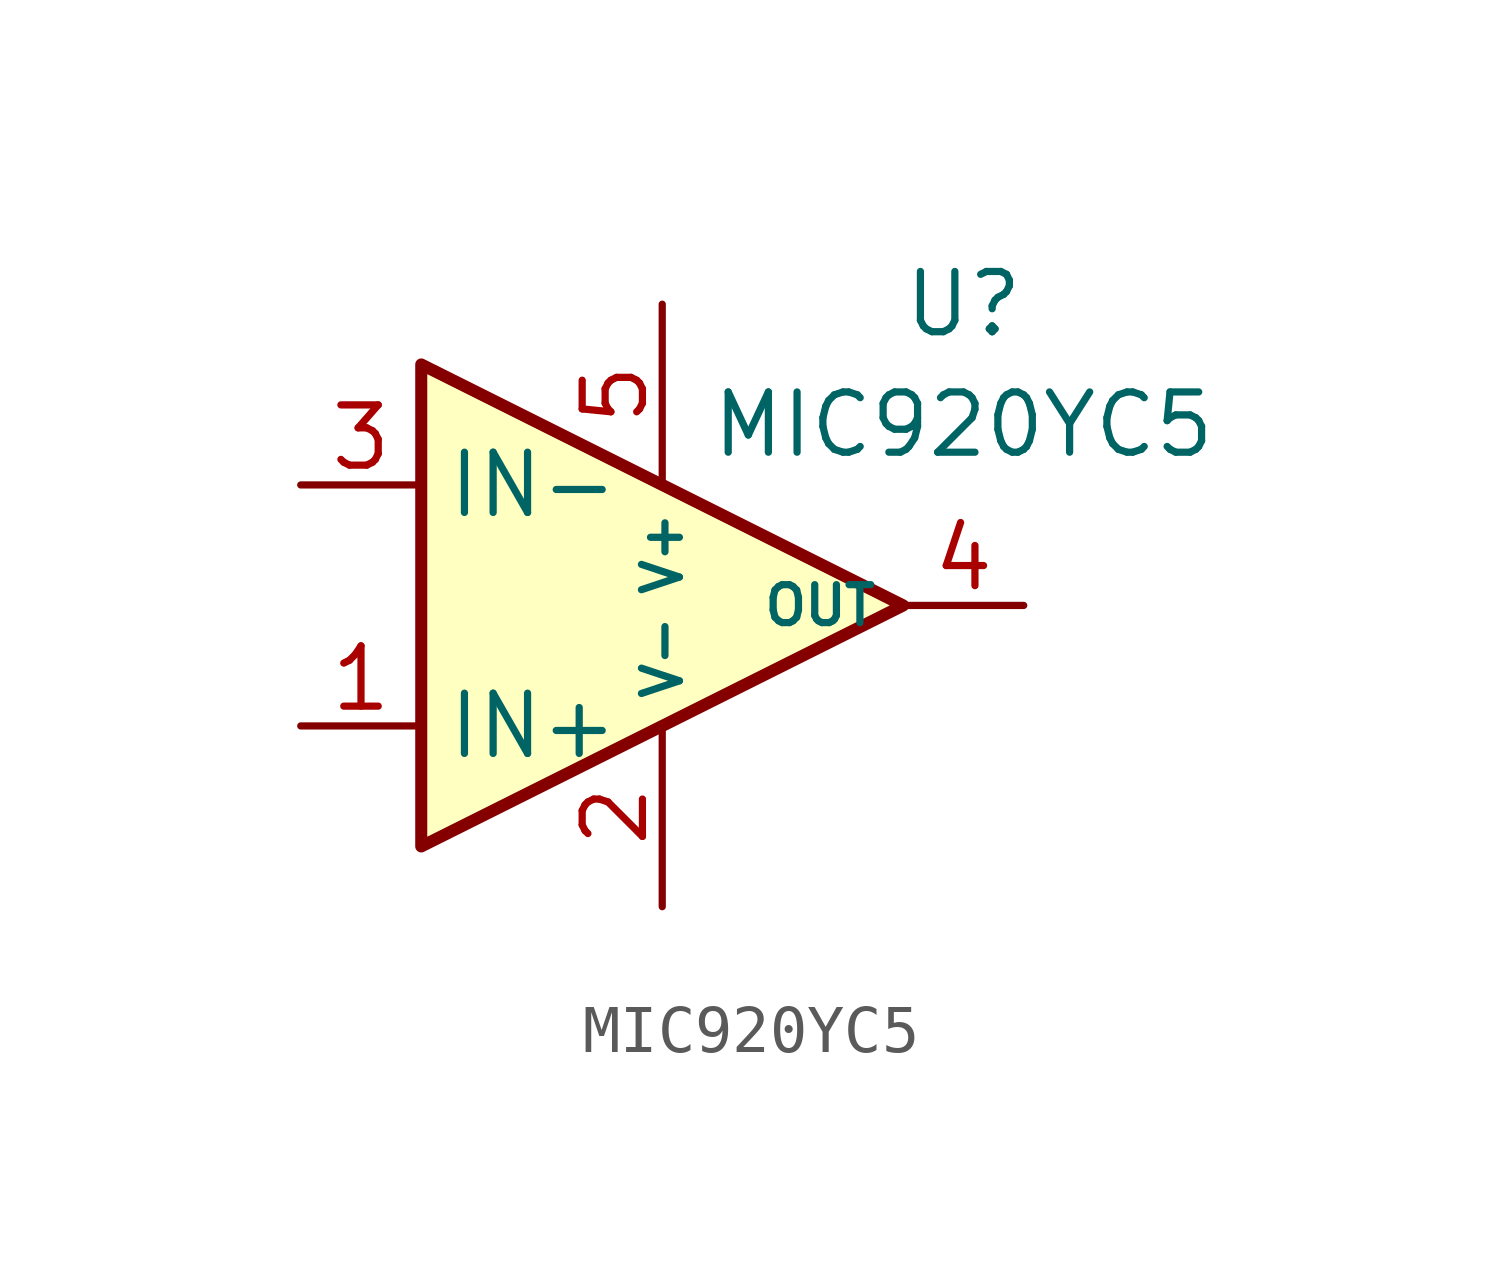
<source format=kicad_sym>
(kicad_symbol_lib
  (version 20211014)
  (generator kicad_symbol_editor)
  (symbol "MIC920YC5"
    (property "Reference" "U"
      (at 7.62 6.35 0)
      (effects (font (size 1.27 1.27))))
    (property "Value" "MIC920YC5"
      (at 7.62 3.81 0)
      (effects (font (size 1.27 1.27))))
    (symbol "MIC920YC5_0_1"
      (polyline (pts (xy -3.81 5.08) (xy 6.35 0) (xy -3.81 -5.08) (xy -3.81 5.08)) (stroke (width 0.254) (type default) (color 0 0 0 0)) (fill (type background))))
    (symbol "MIC920YC5_1_1"
      (pin input line (at -6.35 -2.54 0) (length 2.54) (name "IN+" (effects (font (size 1.27 1.27)))) (number "1" (effects (font (size 1.27 1.27)))))
      (pin power_in line (at 1.27 -6.35 90) (length 3.81) (name "V-" (effects (font (size 0.8 0.8)))) (number "2" (effects (font (size 1.27 1.27)))))
      (pin input line (at -6.35 2.54 0) (length 2.54) (name "IN-" (effects (font (size 1.27 1.27)))) (number "3" (effects (font (size 1.27 1.27)))))
      (pin output line (at 8.89 0 180) (length 2.54) (name "OUT" (effects (font (size 0.8 0.8)))) (number "4" (effects (font (size 1.27 1.27)))))
      (pin power_in line (at 1.27 6.35 270) (length 3.81) (name "V+" (effects (font (size 0.8 0.8)))) (number "5" (effects (font (size 1.27 1.27))))))))
</source>
